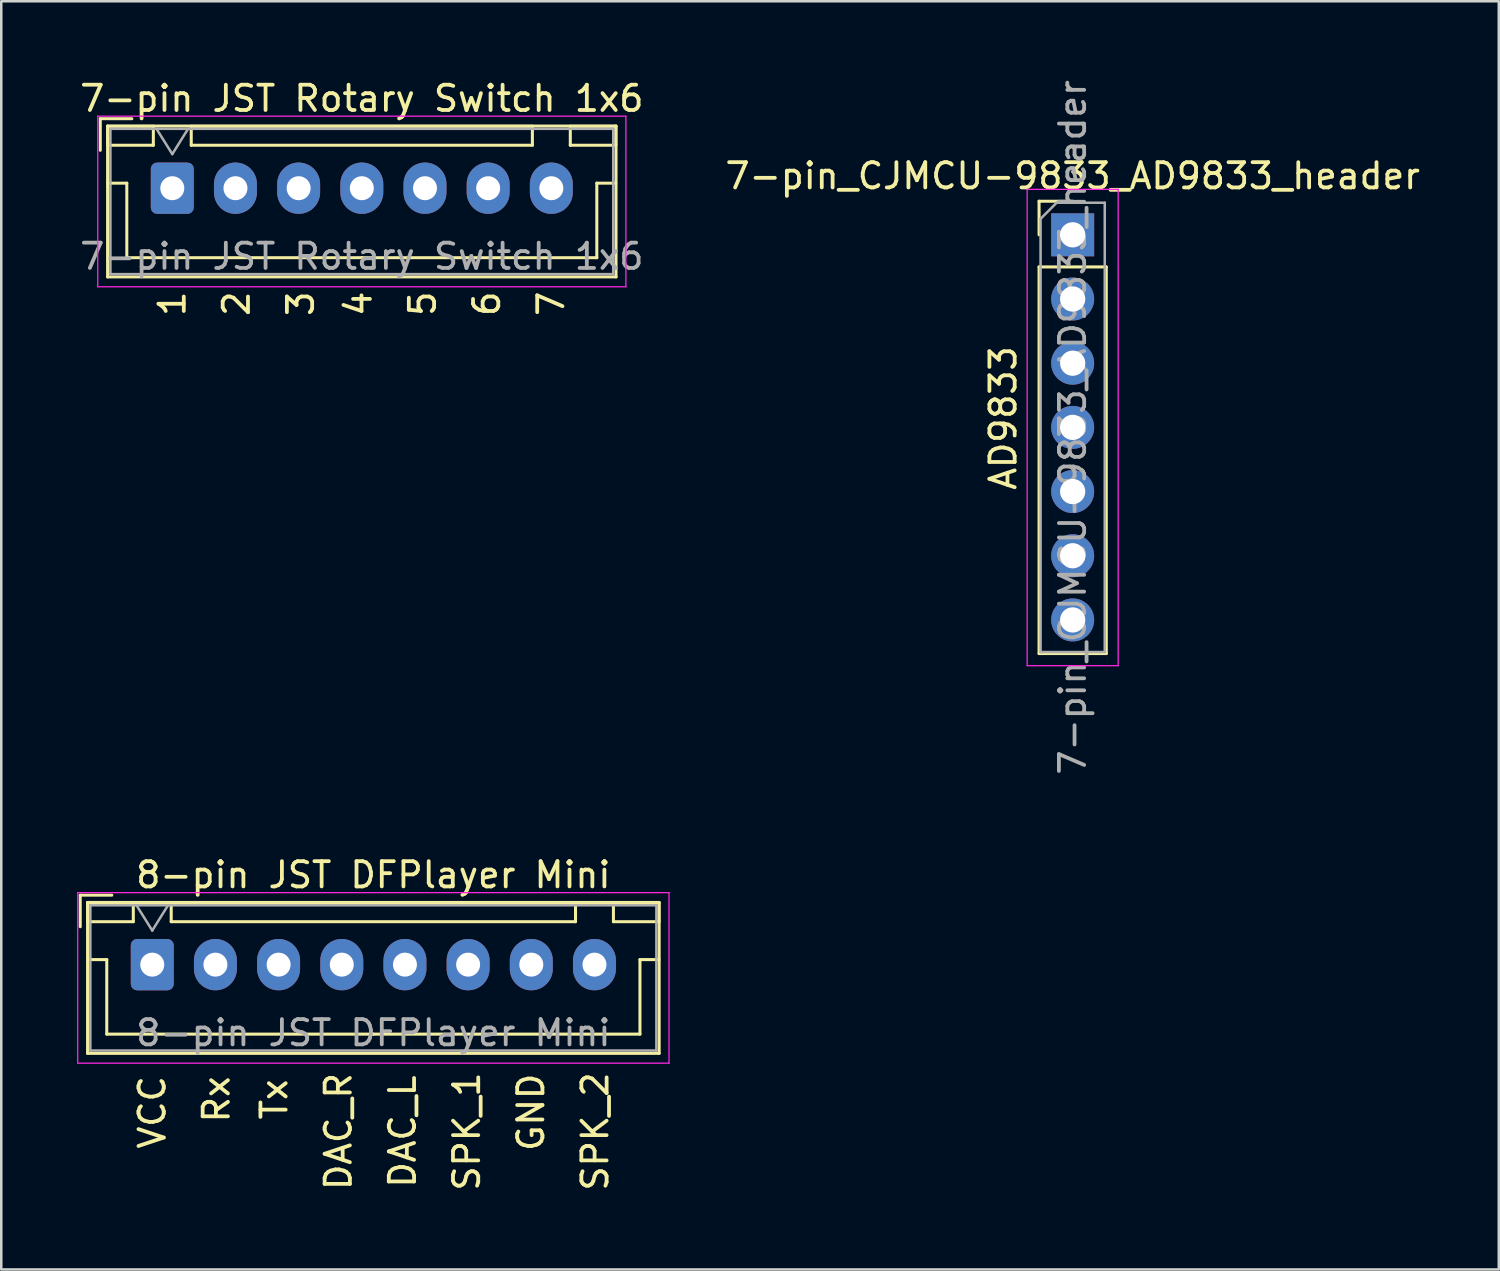
<source format=kicad_pcb>
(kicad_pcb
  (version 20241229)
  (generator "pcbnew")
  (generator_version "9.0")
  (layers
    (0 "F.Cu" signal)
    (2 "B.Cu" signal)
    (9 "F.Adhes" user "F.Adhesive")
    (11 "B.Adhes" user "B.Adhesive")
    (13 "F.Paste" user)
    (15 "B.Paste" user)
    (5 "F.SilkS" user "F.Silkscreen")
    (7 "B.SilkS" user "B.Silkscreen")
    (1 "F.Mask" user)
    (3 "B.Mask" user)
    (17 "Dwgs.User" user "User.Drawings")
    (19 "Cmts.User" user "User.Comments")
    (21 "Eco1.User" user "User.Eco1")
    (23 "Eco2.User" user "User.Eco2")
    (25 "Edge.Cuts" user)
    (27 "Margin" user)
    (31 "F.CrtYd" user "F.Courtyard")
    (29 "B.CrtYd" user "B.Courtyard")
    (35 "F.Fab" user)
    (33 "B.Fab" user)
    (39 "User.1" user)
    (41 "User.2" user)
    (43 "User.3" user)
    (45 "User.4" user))
  (footprint "7-pin JST Rotary Switch 1x6"
    (layer "F.Cu")
    (at 3.768 4.398)
    (property "Reference" "7-pin JST Rotary Switch 1x6" (at 7.5 -3.55 0) (layer "F.SilkS") (effects (font (size 1 1) (thickness 0.15))))
    (attr through_hole)
    (fp_line (start -2.85 -2.75) (end -2.85 -1.5) (stroke (width 0.12) (type solid)) (layer "F.SilkS"))
    (fp_line (start -2.56 -2.46) (end -2.56 3.51) (stroke (width 0.12) (type solid)) (layer "F.SilkS"))
    (fp_line (start -2.56 3.51) (end 17.56 3.51) (stroke (width 0.12) (type solid)) (layer "F.SilkS"))
    (fp_line (start -2.55 -2.45) (end -2.55 -1.7) (stroke (width 0.12) (type solid)) (layer "F.SilkS"))
    (fp_line (start -2.55 -1.7) (end -0.75 -1.7) (stroke (width 0.12) (type solid)) (layer "F.SilkS"))
    (fp_line (start -2.55 -0.2) (end -1.8 -0.2) (stroke (width 0.12) (type solid)) (layer "F.SilkS"))
    (fp_line (start -1.8 -0.2) (end -1.8 2.75) (stroke (width 0.12) (type solid)) (layer "F.SilkS"))
    (fp_line (start -1.8 2.75) (end 7.5 2.75) (stroke (width 0.12) (type solid)) (layer "F.SilkS"))
    (fp_line (start -1.6 -2.75) (end -2.85 -2.75) (stroke (width 0.12) (type solid)) (layer "F.SilkS"))
    (fp_line (start -0.75 -2.45) (end -2.55 -2.45) (stroke (width 0.12) (type solid)) (layer "F.SilkS"))
    (fp_line (start -0.75 -1.7) (end -0.75 -2.45) (stroke (width 0.12) (type solid)) (layer "F.SilkS"))
    (fp_line (start 0.75 -2.45) (end 0.75 -1.7) (stroke (width 0.12) (type solid)) (layer "F.SilkS"))
    (fp_line (start 0.75 -1.7) (end 14.25 -1.7) (stroke (width 0.12) (type solid)) (layer "F.SilkS"))
    (fp_line (start 14.25 -2.45) (end 0.75 -2.45) (stroke (width 0.12) (type solid)) (layer "F.SilkS"))
    (fp_line (start 14.25 -1.7) (end 14.25 -2.45) (stroke (width 0.12) (type solid)) (layer "F.SilkS"))
    (fp_line (start 15.75 -2.45) (end 15.75 -1.7) (stroke (width 0.12) (type solid)) (layer "F.SilkS"))
    (fp_line (start 15.75 -1.7) (end 17.55 -1.7) (stroke (width 0.12) (type solid)) (layer "F.SilkS"))
    (fp_line (start 16.8 -0.2) (end 16.8 2.75) (stroke (width 0.12) (type solid)) (layer "F.SilkS"))
    (fp_line (start 16.8 2.75) (end 7.5 2.75) (stroke (width 0.12) (type solid)) (layer "F.SilkS"))
    (fp_line (start 17.55 -2.45) (end 15.75 -2.45) (stroke (width 0.12) (type solid)) (layer "F.SilkS"))
    (fp_line (start 17.55 -1.7) (end 17.55 -2.45) (stroke (width 0.12) (type solid)) (layer "F.SilkS"))
    (fp_line (start 17.55 -0.2) (end 16.8 -0.2) (stroke (width 0.12) (type solid)) (layer "F.SilkS"))
    (fp_line (start 17.56 -2.46) (end -2.56 -2.46) (stroke (width 0.12) (type solid)) (layer "F.SilkS"))
    (fp_line (start 17.56 3.51) (end 17.56 -2.46) (stroke (width 0.12) (type solid)) (layer "F.SilkS"))
    (fp_line (start -2.95 -2.85) (end -2.95 3.9) (stroke (width 0.05) (type solid)) (layer "F.CrtYd"))
    (fp_line (start -2.95 3.9) (end 17.95 3.9) (stroke (width 0.05) (type solid)) (layer "F.CrtYd"))
    (fp_line (start 17.95 -2.85) (end -2.95 -2.85) (stroke (width 0.05) (type solid)) (layer "F.CrtYd"))
    (fp_line (start 17.95 3.9) (end 17.95 -2.85) (stroke (width 0.05) (type solid)) (layer "F.CrtYd"))
    (fp_line (start -2.45 -2.35) (end -2.45 3.4) (stroke (width 0.1) (type solid)) (layer "F.Fab"))
    (fp_line (start -2.45 3.4) (end 17.45 3.4) (stroke (width 0.1) (type solid)) (layer "F.Fab"))
    (fp_line (start -0.625 -2.35) (end 0 -1.35) (stroke (width 0.1) (type solid)) (layer "F.Fab"))
    (fp_line (start 0 -1.35) (end 0.625 -2.35) (stroke (width 0.1) (type solid)) (layer "F.Fab"))
    (fp_line (start 17.45 -2.35) (end -2.45 -2.35) (stroke (width 0.1) (type solid)) (layer "F.Fab"))
    (fp_line (start 17.45 3.4) (end 17.45 -2.35) (stroke (width 0.1) (type solid)) (layer "F.Fab"))
    (fp_text user "5" (at 9.906 4.572 90) (unlocked yes) (layer "F.SilkS") (effects (font (size 1 1) (thickness 0.15))))
    (fp_text user "3" (at 5.08 4.572 90) (unlocked yes) (layer "F.SilkS") (effects (font (size 1 1) (thickness 0.15))))
    (fp_text user "4" (at 7.366 4.572 90) (unlocked yes) (layer "F.SilkS") (effects (font (size 1 1) (thickness 0.15))))
    (fp_text user "7" (at 14.986 4.572 90) (unlocked yes) (layer "F.SilkS") (effects (font (size 1 1) (thickness 0.15))))
    (fp_text user "6" (at 12.446 4.572 90) (unlocked yes) (layer "F.SilkS") (effects (font (size 1 1) (thickness 0.15))))
    (fp_text user "1" (at 0 4.572 90) (unlocked yes) (layer "F.SilkS") (effects (font (size 1 1) (thickness 0.15))))
    (fp_text user "2" (at 2.54 4.572 90) (unlocked yes) (layer "F.SilkS") (effects (font (size 1 1) (thickness 0.15))))
    (fp_text user "${REFERENCE}" (at 7.5 2.7 0) (layer "F.Fab") (effects (font (size 1 1) (thickness 0.15))))
    (pad "1" thru_hole roundrect (at 0 0) (size 1.7 2.032) (drill 0.95) (layers "*.Cu" "*.Mask") (roundrect_rratio 0.147))
    (pad "2" thru_hole oval (at 2.5 0) (size 1.7 2.032) (drill 0.95) (layers "*.Cu" "*.Mask"))
    (pad "3" thru_hole oval (at 5 0) (size 1.7 2.032) (drill 0.95) (layers "*.Cu" "*.Mask"))
    (pad "4" thru_hole oval (at 7.5 0) (size 1.7 2.032) (drill 0.95) (layers "*.Cu" "*.Mask"))
    (pad "5" thru_hole oval (at 10 0) (size 1.7 2.032) (drill 0.95) (layers "*.Cu" "*.Mask"))
    (pad "6" thru_hole oval (at 12.5 0) (size 1.7 2.032) (drill 0.95) (layers "*.Cu" "*.Mask"))
    (pad "13" thru_hole oval (at 15 0) (size 1.7 2.032) (drill 0.95) (layers "*.Cu" "*.Mask")))
  (footprint "7-pin_CJMCU-9833_AD9833_header"
    (layer "F.Cu")
    (at 39.399 6.243)
    (property "Reference" "7-pin_CJMCU-9833_AD9833_header" (at 0 -2.33 0) (layer "F.SilkS") (effects (font (size 1 1) (thickness 0.15))))
    (attr through_hole)
    (fp_line (start -1.33 -1.33) (end 0 -1.33) (stroke (width 0.12) (type solid)) (layer "F.SilkS"))
    (fp_line (start -1.33 0) (end -1.33 -1.33) (stroke (width 0.12) (type solid)) (layer "F.SilkS"))
    (fp_line (start -1.33 1.27) (end -1.33 16.57) (stroke (width 0.12) (type solid)) (layer "F.SilkS"))
    (fp_line (start -1.33 1.27) (end 1.33 1.27) (stroke (width 0.12) (type solid)) (layer "F.SilkS"))
    (fp_line (start -1.33 16.57) (end 1.33 16.57) (stroke (width 0.12) (type solid)) (layer "F.SilkS"))
    (fp_line (start 1.33 1.27) (end 1.33 16.57) (stroke (width 0.12) (type solid)) (layer "F.SilkS"))
    (fp_line (start -1.8 -1.8) (end -1.8 17.05) (stroke (width 0.05) (type solid)) (layer "F.CrtYd"))
    (fp_line (start -1.8 17.05) (end 1.8 17.05) (stroke (width 0.05) (type solid)) (layer "F.CrtYd"))
    (fp_line (start 1.8 -1.8) (end -1.8 -1.8) (stroke (width 0.05) (type solid)) (layer "F.CrtYd"))
    (fp_line (start 1.8 17.05) (end 1.8 -1.8) (stroke (width 0.05) (type solid)) (layer "F.CrtYd"))
    (fp_line (start -1.27 -0.635) (end -0.635 -1.27) (stroke (width 0.1) (type solid)) (layer "F.Fab"))
    (fp_line (start -1.27 16.51) (end -1.27 -0.635) (stroke (width 0.1) (type solid)) (layer "F.Fab"))
    (fp_line (start -0.635 -1.27) (end 1.27 -1.27) (stroke (width 0.1) (type solid)) (layer "F.Fab"))
    (fp_line (start 1.27 -1.27) (end 1.27 16.51) (stroke (width 0.1) (type solid)) (layer "F.Fab"))
    (fp_line (start 1.27 16.51) (end -1.27 16.51) (stroke (width 0.1) (type solid)) (layer "F.Fab"))
    (fp_text user "AD9833" (at -2.75 7.25 90) (layer "F.SilkS") (effects (font (size 1 1) (thickness 0.15))))
    (fp_text user "${REFERENCE}" (at 0 7.62 90) (layer "F.Fab") (effects (font (size 1 1) (thickness 0.15))))
    (pad "1" thru_hole rect (at 0 0) (size 1.7 1.7) (drill 1) (layers "*.Cu" "*.Mask"))
    (pad "2" thru_hole oval (at 0 2.54) (size 1.7 1.7) (drill 1) (layers "*.Cu" "*.Mask"))
    (pad "3" thru_hole oval (at 0 5.08) (size 1.7 1.7) (drill 1) (layers "*.Cu" "*.Mask"))
    (pad "4" thru_hole oval (at 0 7.62) (size 1.7 1.7) (drill 1) (layers "*.Cu" "*.Mask"))
    (pad "5" thru_hole oval (at 0 10.16) (size 1.7 1.7) (drill 1) (layers "*.Cu" "*.Mask"))
    (pad "6" thru_hole oval (at 0 12.7) (size 1.7 1.7) (drill 1) (layers "*.Cu" "*.Mask"))
    (pad "7" thru_hole oval (at 0 15.24) (size 1.7 1.7) (drill 1) (layers "*.Cu" "*.Mask")))
  (footprint "8-pin JST DFPlayer Mini"
    (layer "F.Cu")
    (at 2.975 35.124)
    (property "Reference" "8-pin JST DFPlayer Mini" (at 8.75 -3.55 0) (layer "F.SilkS") (effects (font (size 1 1) (thickness 0.15))))
    (attr through_hole)
    (fp_line (start -2.85 -2.75) (end -2.85 -1.5) (stroke (width 0.12) (type solid)) (layer "F.SilkS"))
    (fp_line (start -2.56 -2.46) (end -2.56 3.51) (stroke (width 0.12) (type solid)) (layer "F.SilkS"))
    (fp_line (start -2.56 3.51) (end 20.06 3.51) (stroke (width 0.12) (type solid)) (layer "F.SilkS"))
    (fp_line (start -2.55 -2.45) (end -2.55 -1.7) (stroke (width 0.12) (type solid)) (layer "F.SilkS"))
    (fp_line (start -2.55 -1.7) (end -0.75 -1.7) (stroke (width 0.12) (type solid)) (layer "F.SilkS"))
    (fp_line (start -2.55 -0.2) (end -1.8 -0.2) (stroke (width 0.12) (type solid)) (layer "F.SilkS"))
    (fp_line (start -1.8 -0.2) (end -1.8 2.75) (stroke (width 0.12) (type solid)) (layer "F.SilkS"))
    (fp_line (start -1.8 2.75) (end 8.75 2.75) (stroke (width 0.12) (type solid)) (layer "F.SilkS"))
    (fp_line (start -1.6 -2.75) (end -2.85 -2.75) (stroke (width 0.12) (type solid)) (layer "F.SilkS"))
    (fp_line (start -0.75 -2.45) (end -2.55 -2.45) (stroke (width 0.12) (type solid)) (layer "F.SilkS"))
    (fp_line (start -0.75 -1.7) (end -0.75 -2.45) (stroke (width 0.12) (type solid)) (layer "F.SilkS"))
    (fp_line (start 0.75 -2.45) (end 0.75 -1.7) (stroke (width 0.12) (type solid)) (layer "F.SilkS"))
    (fp_line (start 0.75 -1.7) (end 16.75 -1.7) (stroke (width 0.12) (type solid)) (layer "F.SilkS"))
    (fp_line (start 16.75 -2.45) (end 0.75 -2.45) (stroke (width 0.12) (type solid)) (layer "F.SilkS"))
    (fp_line (start 16.75 -1.7) (end 16.75 -2.45) (stroke (width 0.12) (type solid)) (layer "F.SilkS"))
    (fp_line (start 18.25 -2.45) (end 18.25 -1.7) (stroke (width 0.12) (type solid)) (layer "F.SilkS"))
    (fp_line (start 18.25 -1.7) (end 20.05 -1.7) (stroke (width 0.12) (type solid)) (layer "F.SilkS"))
    (fp_line (start 19.3 -0.2) (end 19.3 2.75) (stroke (width 0.12) (type solid)) (layer "F.SilkS"))
    (fp_line (start 19.3 2.75) (end 8.75 2.75) (stroke (width 0.12) (type solid)) (layer "F.SilkS"))
    (fp_line (start 20.05 -2.45) (end 18.25 -2.45) (stroke (width 0.12) (type solid)) (layer "F.SilkS"))
    (fp_line (start 20.05 -1.7) (end 20.05 -2.45) (stroke (width 0.12) (type solid)) (layer "F.SilkS"))
    (fp_line (start 20.05 -0.2) (end 19.3 -0.2) (stroke (width 0.12) (type solid)) (layer "F.SilkS"))
    (fp_line (start 20.06 -2.46) (end -2.56 -2.46) (stroke (width 0.12) (type solid)) (layer "F.SilkS"))
    (fp_line (start 20.06 3.51) (end 20.06 -2.46) (stroke (width 0.12) (type solid)) (layer "F.SilkS"))
    (fp_line (start -2.95 -2.85) (end -2.95 3.9) (stroke (width 0.05) (type solid)) (layer "F.CrtYd"))
    (fp_line (start -2.95 3.9) (end 20.45 3.9) (stroke (width 0.05) (type solid)) (layer "F.CrtYd"))
    (fp_line (start 20.45 -2.85) (end -2.95 -2.85) (stroke (width 0.05) (type solid)) (layer "F.CrtYd"))
    (fp_line (start 20.45 3.9) (end 20.45 -2.85) (stroke (width 0.05) (type solid)) (layer "F.CrtYd"))
    (fp_line (start -2.45 -2.35) (end -2.45 3.4) (stroke (width 0.1) (type solid)) (layer "F.Fab"))
    (fp_line (start -2.45 3.4) (end 19.95 3.4) (stroke (width 0.1) (type solid)) (layer "F.Fab"))
    (fp_line (start -0.625 -2.35) (end 0 -1.35) (stroke (width 0.1) (type solid)) (layer "F.Fab"))
    (fp_line (start 0 -1.35) (end 0.625 -2.35) (stroke (width 0.1) (type solid)) (layer "F.Fab"))
    (fp_line (start 19.95 -2.35) (end -2.45 -2.35) (stroke (width 0.1) (type solid)) (layer "F.Fab"))
    (fp_line (start 19.95 3.4) (end 19.95 -2.35) (stroke (width 0.1) (type solid)) (layer "F.Fab"))
    (fp_text user "DAC_R" (at 7.366 6.604 90) (unlocked yes) (layer "F.SilkS") (effects (font (size 1 1) (thickness 0.15))))
    (fp_text user "VCC" (at 0 5.842 90) (unlocked yes) (layer "F.SilkS") (effects (font (size 1 1) (thickness 0.15))))
    (fp_text user "Rx" (at 2.54 5.334 90) (unlocked yes) (layer "F.SilkS") (effects (font (size 1 1) (thickness 0.15))))
    (fp_text user "SPK_2" (at 17.526 6.604 90) (unlocked yes) (layer "F.SilkS") (effects (font (size 1 1) (thickness 0.15))))
    (fp_text user "DAC_L" (at 9.906 6.604 90) (unlocked yes) (layer "F.SilkS") (effects (font (size 1 1) (thickness 0.15))))
    (fp_text user "SPK_1" (at 12.446 6.604 90) (unlocked yes) (layer "F.SilkS") (effects (font (size 1 1) (thickness 0.15))))
    (fp_text user "Tx" (at 4.826 5.334 90) (unlocked yes) (layer "F.SilkS") (effects (font (size 1 1) (thickness 0.15))))
    (fp_text user "GND" (at 14.986 5.842 90) (unlocked yes) (layer "F.SilkS") (effects (font (size 1 1) (thickness 0.15))))
    (fp_text user "${REFERENCE}" (at 8.75 2.7 0) (layer "F.Fab") (effects (font (size 1 1) (thickness 0.15))))
    (pad "1" thru_hole roundrect (at 0 0) (size 1.7 2.032) (drill 0.95) (layers "*.Cu" "*.Mask") (roundrect_rratio 0.147))
    (pad "2" thru_hole oval (at 2.5 0) (size 1.7 2.032) (drill 0.95) (layers "*.Cu" "*.Mask"))
    (pad "3" thru_hole oval (at 5 0) (size 1.7 2.032) (drill 0.95) (layers "*.Cu" "*.Mask"))
    (pad "4" thru_hole oval (at 7.5 0) (size 1.7 2.032) (drill 0.95) (layers "*.Cu" "*.Mask"))
    (pad "5" thru_hole oval (at 10 0) (size 1.7 2.032) (drill 0.95) (layers "*.Cu" "*.Mask"))
    (pad "6" thru_hole oval (at 12.5 0) (size 1.7 2.032) (drill 0.95) (layers "*.Cu" "*.Mask"))
    (pad "7" thru_hole oval (at 15 0) (size 1.7 2.032) (drill 0.95) (layers "*.Cu" "*.Mask"))
    (pad "8" thru_hole oval (at 17.5 0) (size 1.7 2.032) (drill 0.95) (layers "*.Cu" "*.Mask")))
  (gr_rect
    (start -3 -3)
    (end 56.262 47.187)
    (stroke (width 0.1) (type default))
    (fill no)
    (layer "Edge.Cuts")))
</source>
